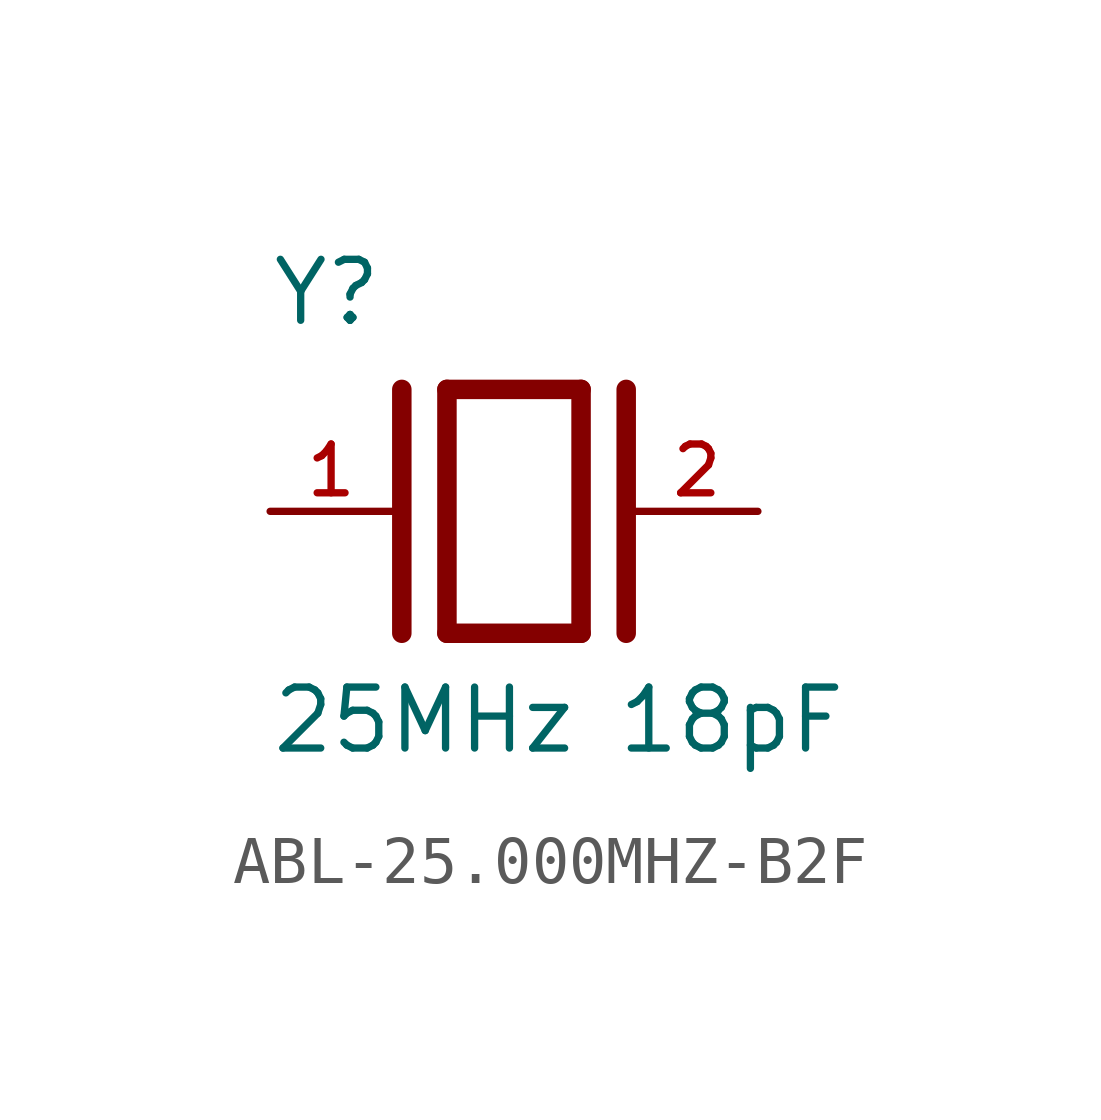
<source format=kicad_sym>
(kicad_symbol_lib
  (version 20241209)
  (generator "kicad_symbol_editor")
  (generator_version "9.0")
  (symbol "ABL-25.000MHZ-B2F"
    (pin_names
      (offset 1.016))
    (property "Reference" "Y"
      (at -5.088 3.816 0)
      (effects (font (size 1.27 1.27)) (justify left bottom)))
    (property "Value" "25MHz 18pF"
      (at -5.094 -5.094 0)
      (effects (font (size 1.27 1.27)) (justify left bottom)))
    (symbol "ABL-25.000MHZ-B2F_0_0"
      (polyline (pts (xy -2.337 2.54) (xy -2.337 -2.54)) (stroke (width 0.406) (type default)) (fill (type none)))
      (polyline (pts (xy -1.397 2.54) (xy -1.397 -2.54)) (stroke (width 0.406) (type default)) (fill (type none)))
      (polyline (pts (xy -1.397 2.54) (xy 1.397 2.54)) (stroke (width 0.406) (type default)) (fill (type none)))
      (polyline (pts (xy 1.397 2.54) (xy 1.397 -2.54)) (stroke (width 0.406) (type default)) (fill (type none)))
      (polyline (pts (xy 1.397 -2.54) (xy -1.397 -2.54)) (stroke (width 0.406) (type default)) (fill (type none)))
      (polyline (pts (xy 2.337 2.54) (xy 2.337 -2.54)) (stroke (width 0.406) (type default)) (fill (type none)))
      (pin passive line (at -5.08 0 0) (length 2.54) (name "~" (effects (font (size 1.016 1.016)))) (number "1" (effects (font (size 1.016 1.016)))))
      (pin passive line (at 5.08 0 180) (length 2.54) (name "~" (effects (font (size 1.016 1.016)))) (number "2" (effects (font (size 1.016 1.016))))))))
</source>
